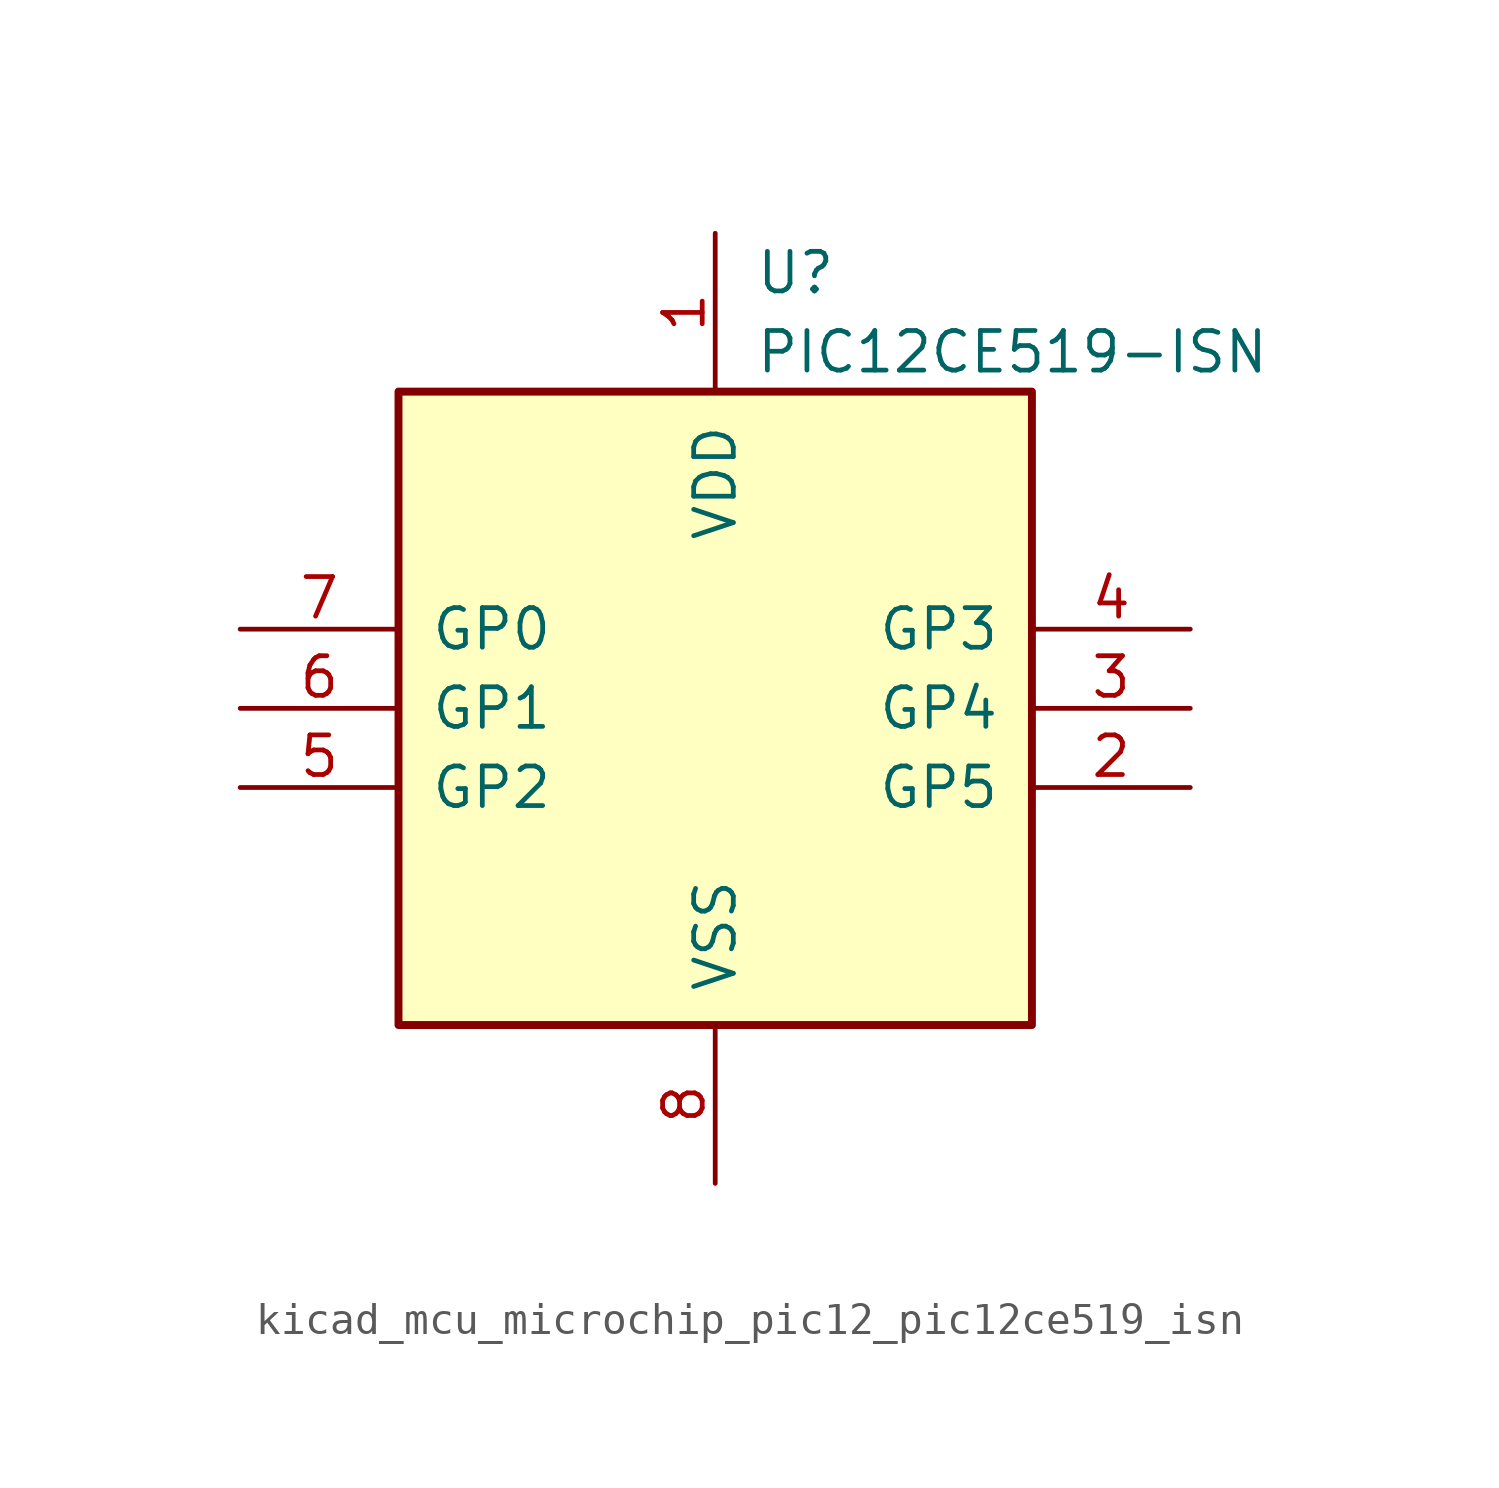
<source format=kicad_sym>
(kicad_symbol_lib
  (version 20220914)
  (generator kicad_symbol_editor)
  (symbol "kicad_mcu_microchip_pic12_pic12ce519_isn"
    (pin_names
      (offset 1.016))
    (property "Reference" "U"
      (at 1.27 13.97 0)
      (effects (font (size 1.27 1.27)) (justify left)))
    (property "Value" "PIC12CE519-ISN"
      (at 1.27 11.43 0)
      (effects (font (size 1.27 1.27)) (justify left)))
    (symbol "kicad_mcu_microchip_pic12_pic12ce519_isn_0_1"
      (rectangle (start 10.16 -10.16) (end -10.16 10.16) (stroke (width 0.254) (type default)) (fill (type background))))
    (symbol "kicad_mcu_microchip_pic12_pic12ce519_isn_1_1"
      (pin power_in line (at 0 15.24 270) (length 5.08) (name "VDD" (effects (font (size 1.27 1.27)))) (number "1" (effects (font (size 1.27 1.27)))))
      (pin bidirectional line (at 15.24 -2.54 180) (length 5.08) (name "GP5" (effects (font (size 1.27 1.27)))) (number "2" (effects (font (size 1.27 1.27)))))
      (pin bidirectional line (at 15.24 0 180) (length 5.08) (name "GP4" (effects (font (size 1.27 1.27)))) (number "3" (effects (font (size 1.27 1.27)))))
      (pin input line (at 15.24 2.54 180) (length 5.08) (name "GP3" (effects (font (size 1.27 1.27)))) (number "4" (effects (font (size 1.27 1.27)))))
      (pin bidirectional line (at -15.24 -2.54 0) (length 5.08) (name "GP2" (effects (font (size 1.27 1.27)))) (number "5" (effects (font (size 1.27 1.27)))))
      (pin bidirectional line (at -15.24 0 0) (length 5.08) (name "GP1" (effects (font (size 1.27 1.27)))) (number "6" (effects (font (size 1.27 1.27)))))
      (pin bidirectional line (at -15.24 2.54 0) (length 5.08) (name "GP0" (effects (font (size 1.27 1.27)))) (number "7" (effects (font (size 1.27 1.27)))))
      (pin power_in line (at 0 -15.24 90) (length 5.08) (name "VSS" (effects (font (size 1.27 1.27)))) (number "8" (effects (font (size 1.27 1.27))))))))
</source>
